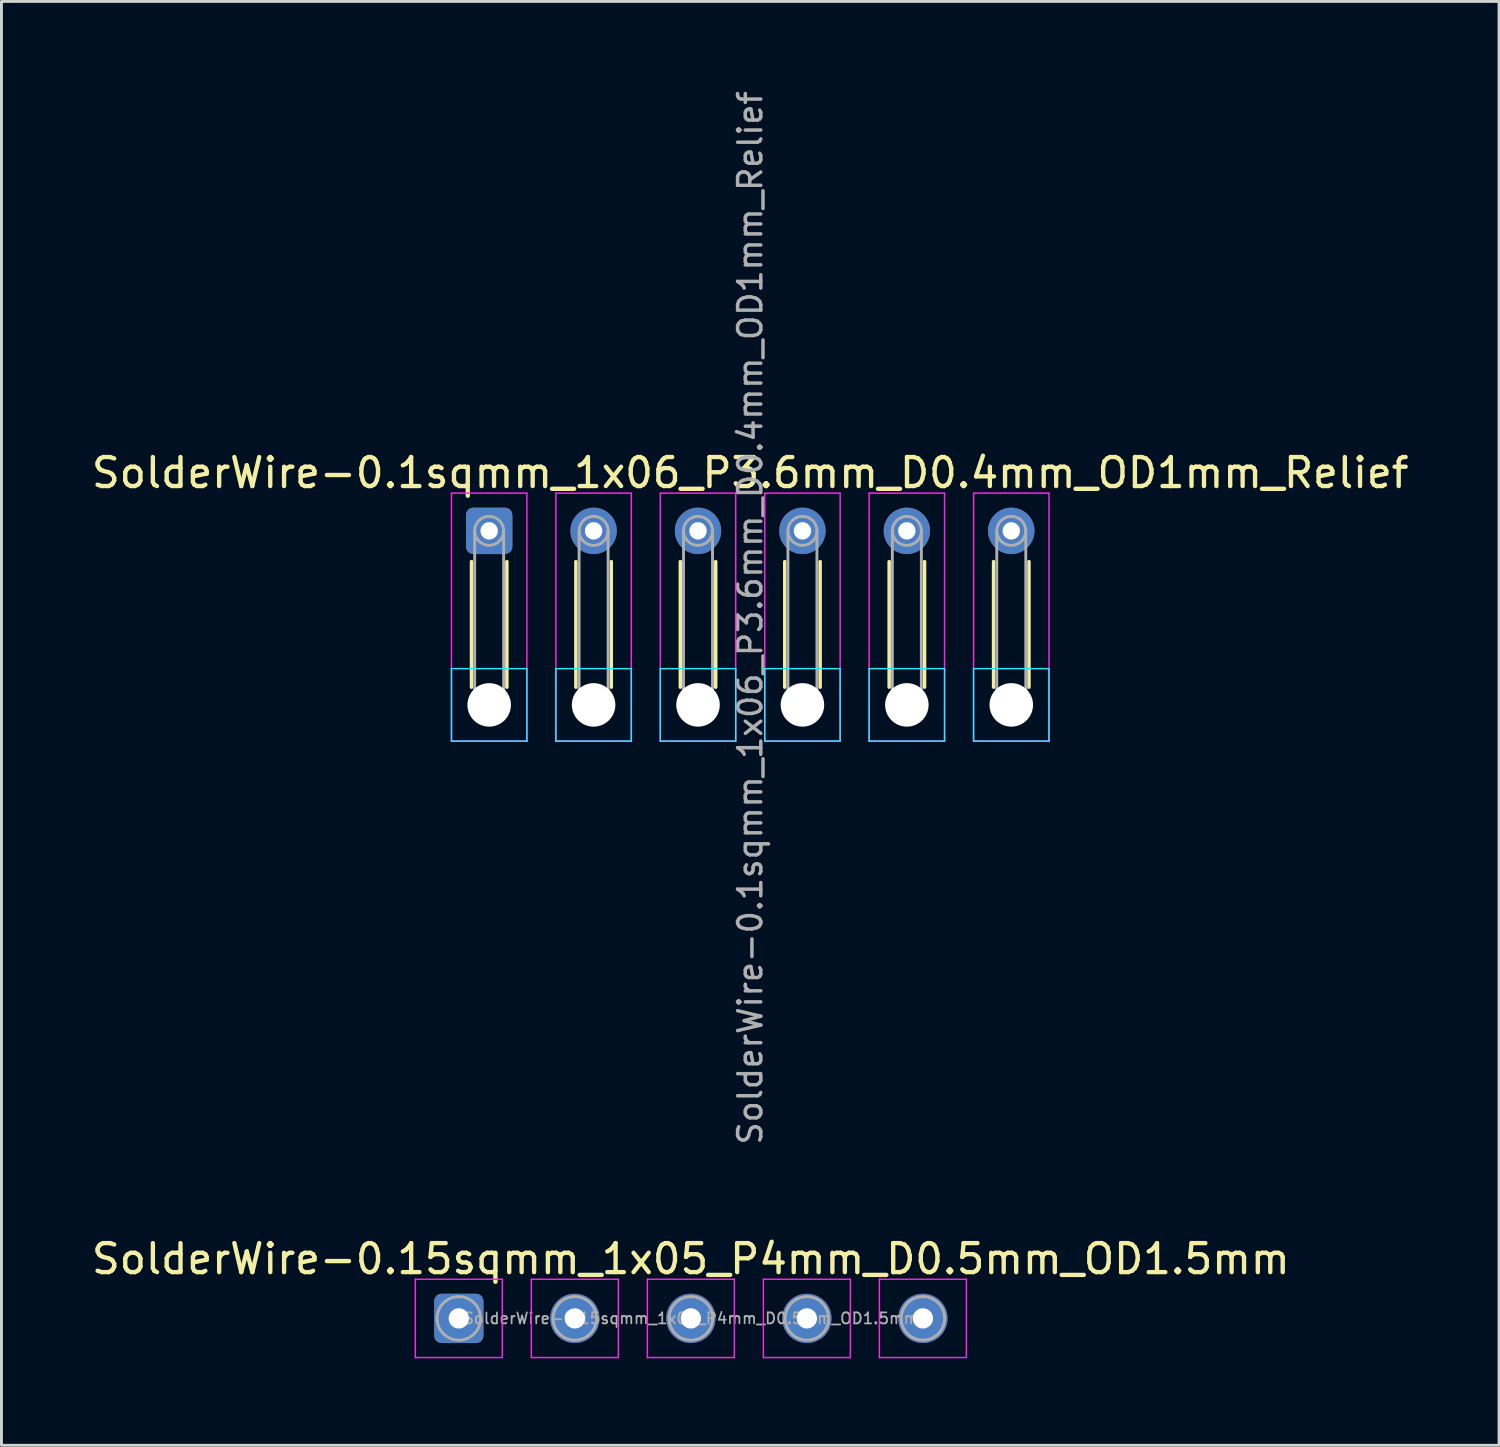
<source format=kicad_pcb>
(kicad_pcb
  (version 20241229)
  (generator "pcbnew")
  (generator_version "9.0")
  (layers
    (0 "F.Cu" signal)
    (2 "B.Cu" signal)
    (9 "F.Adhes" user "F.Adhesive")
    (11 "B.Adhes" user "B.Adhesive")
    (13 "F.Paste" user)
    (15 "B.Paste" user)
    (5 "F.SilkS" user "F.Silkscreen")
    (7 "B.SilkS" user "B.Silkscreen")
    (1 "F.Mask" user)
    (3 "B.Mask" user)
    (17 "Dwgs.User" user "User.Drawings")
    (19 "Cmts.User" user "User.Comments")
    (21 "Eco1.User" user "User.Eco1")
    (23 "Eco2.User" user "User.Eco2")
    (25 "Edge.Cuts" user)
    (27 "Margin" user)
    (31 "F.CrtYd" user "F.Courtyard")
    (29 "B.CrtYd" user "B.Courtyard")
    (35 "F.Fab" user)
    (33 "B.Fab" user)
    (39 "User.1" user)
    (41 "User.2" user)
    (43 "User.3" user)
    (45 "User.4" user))
  (footprint "SolderWire-0.1sqmm_1x06_P3.6mm_D0.4mm_OD1mm_Relief"
    (layer "F.Cu")
    (at 13.815 15.252)
    (property "Reference" "SolderWire-0.1sqmm_1x06_P3.6mm_D0.4mm_OD1mm_Relief" (at 9 -2 0) (layer "F.SilkS") (effects (font (size 1 1) (thickness 0.15))))
    (attr exclude_from_pos_files exclude_from_bom)
    (fp_line (start -0.61 1.06) (end -0.61 5.39) (stroke (width 0.12) (type solid)) (layer "F.SilkS"))
    (fp_line (start 0.61 1.06) (end 0.61 5.39) (stroke (width 0.12) (type solid)) (layer "F.SilkS"))
    (fp_line (start 2.99 1.06) (end 2.99 5.39) (stroke (width 0.12) (type solid)) (layer "F.SilkS"))
    (fp_line (start 4.21 1.06) (end 4.21 5.39) (stroke (width 0.12) (type solid)) (layer "F.SilkS"))
    (fp_line (start 6.59 1.06) (end 6.59 5.39) (stroke (width 0.12) (type solid)) (layer "F.SilkS"))
    (fp_line (start 7.81 1.06) (end 7.81 5.39) (stroke (width 0.12) (type solid)) (layer "F.SilkS"))
    (fp_line (start 10.19 1.06) (end 10.19 5.39) (stroke (width 0.12) (type solid)) (layer "F.SilkS"))
    (fp_line (start 11.41 1.06) (end 11.41 5.39) (stroke (width 0.12) (type solid)) (layer "F.SilkS"))
    (fp_line (start 13.79 1.06) (end 13.79 5.39) (stroke (width 0.12) (type solid)) (layer "F.SilkS"))
    (fp_line (start 15.01 1.06) (end 15.01 5.39) (stroke (width 0.12) (type solid)) (layer "F.SilkS"))
    (fp_line (start 17.39 1.06) (end 17.39 5.39) (stroke (width 0.12) (type solid)) (layer "F.SilkS"))
    (fp_line (start 18.61 1.06) (end 18.61 5.39) (stroke (width 0.12) (type solid)) (layer "F.SilkS"))
    (fp_line (start -1.3 4.75) (end -1.3 7.25) (stroke (width 0.05) (type solid)) (layer "B.CrtYd"))
    (fp_line (start -1.3 7.25) (end 1.3 7.25) (stroke (width 0.05) (type solid)) (layer "B.CrtYd"))
    (fp_line (start 1.3 4.75) (end -1.3 4.75) (stroke (width 0.05) (type solid)) (layer "B.CrtYd"))
    (fp_line (start 1.3 7.25) (end 1.3 4.75) (stroke (width 0.05) (type solid)) (layer "B.CrtYd"))
    (fp_line (start 2.3 4.75) (end 2.3 7.25) (stroke (width 0.05) (type solid)) (layer "B.CrtYd"))
    (fp_line (start 2.3 7.25) (end 4.9 7.25) (stroke (width 0.05) (type solid)) (layer "B.CrtYd"))
    (fp_line (start 4.9 4.75) (end 2.3 4.75) (stroke (width 0.05) (type solid)) (layer "B.CrtYd"))
    (fp_line (start 4.9 7.25) (end 4.9 4.75) (stroke (width 0.05) (type solid)) (layer "B.CrtYd"))
    (fp_line (start 5.9 4.75) (end 5.9 7.25) (stroke (width 0.05) (type solid)) (layer "B.CrtYd"))
    (fp_line (start 5.9 7.25) (end 8.5 7.25) (stroke (width 0.05) (type solid)) (layer "B.CrtYd"))
    (fp_line (start 8.5 4.75) (end 5.9 4.75) (stroke (width 0.05) (type solid)) (layer "B.CrtYd"))
    (fp_line (start 8.5 7.25) (end 8.5 4.75) (stroke (width 0.05) (type solid)) (layer "B.CrtYd"))
    (fp_line (start 9.5 4.75) (end 9.5 7.25) (stroke (width 0.05) (type solid)) (layer "B.CrtYd"))
    (fp_line (start 9.5 7.25) (end 12.1 7.25) (stroke (width 0.05) (type solid)) (layer "B.CrtYd"))
    (fp_line (start 12.1 4.75) (end 9.5 4.75) (stroke (width 0.05) (type solid)) (layer "B.CrtYd"))
    (fp_line (start 12.1 7.25) (end 12.1 4.75) (stroke (width 0.05) (type solid)) (layer "B.CrtYd"))
    (fp_line (start 13.1 4.75) (end 13.1 7.25) (stroke (width 0.05) (type solid)) (layer "B.CrtYd"))
    (fp_line (start 13.1 7.25) (end 15.7 7.25) (stroke (width 0.05) (type solid)) (layer "B.CrtYd"))
    (fp_line (start 15.7 4.75) (end 13.1 4.75) (stroke (width 0.05) (type solid)) (layer "B.CrtYd"))
    (fp_line (start 15.7 7.25) (end 15.7 4.75) (stroke (width 0.05) (type solid)) (layer "B.CrtYd"))
    (fp_line (start 16.7 4.75) (end 16.7 7.25) (stroke (width 0.05) (type solid)) (layer "B.CrtYd"))
    (fp_line (start 16.7 7.25) (end 19.3 7.25) (stroke (width 0.05) (type solid)) (layer "B.CrtYd"))
    (fp_line (start 19.3 4.75) (end 16.7 4.75) (stroke (width 0.05) (type solid)) (layer "B.CrtYd"))
    (fp_line (start 19.3 7.25) (end 19.3 4.75) (stroke (width 0.05) (type solid)) (layer "B.CrtYd"))
    (fp_line (start -1.3 -1.3) (end -1.3 7.25) (stroke (width 0.05) (type solid)) (layer "F.CrtYd"))
    (fp_line (start -1.3 7.25) (end 1.3 7.25) (stroke (width 0.05) (type solid)) (layer "F.CrtYd"))
    (fp_line (start 1.3 -1.3) (end -1.3 -1.3) (stroke (width 0.05) (type solid)) (layer "F.CrtYd"))
    (fp_line (start 1.3 7.25) (end 1.3 -1.3) (stroke (width 0.05) (type solid)) (layer "F.CrtYd"))
    (fp_line (start 2.3 -1.3) (end 2.3 7.25) (stroke (width 0.05) (type solid)) (layer "F.CrtYd"))
    (fp_line (start 2.3 7.25) (end 4.9 7.25) (stroke (width 0.05) (type solid)) (layer "F.CrtYd"))
    (fp_line (start 4.9 -1.3) (end 2.3 -1.3) (stroke (width 0.05) (type solid)) (layer "F.CrtYd"))
    (fp_line (start 4.9 7.25) (end 4.9 -1.3) (stroke (width 0.05) (type solid)) (layer "F.CrtYd"))
    (fp_line (start 5.9 -1.3) (end 5.9 7.25) (stroke (width 0.05) (type solid)) (layer "F.CrtYd"))
    (fp_line (start 5.9 7.25) (end 8.5 7.25) (stroke (width 0.05) (type solid)) (layer "F.CrtYd"))
    (fp_line (start 8.5 -1.3) (end 5.9 -1.3) (stroke (width 0.05) (type solid)) (layer "F.CrtYd"))
    (fp_line (start 8.5 7.25) (end 8.5 -1.3) (stroke (width 0.05) (type solid)) (layer "F.CrtYd"))
    (fp_line (start 9.5 -1.3) (end 9.5 7.25) (stroke (width 0.05) (type solid)) (layer "F.CrtYd"))
    (fp_line (start 9.5 7.25) (end 12.1 7.25) (stroke (width 0.05) (type solid)) (layer "F.CrtYd"))
    (fp_line (start 12.1 -1.3) (end 9.5 -1.3) (stroke (width 0.05) (type solid)) (layer "F.CrtYd"))
    (fp_line (start 12.1 7.25) (end 12.1 -1.3) (stroke (width 0.05) (type solid)) (layer "F.CrtYd"))
    (fp_line (start 13.1 -1.3) (end 13.1 7.25) (stroke (width 0.05) (type solid)) (layer "F.CrtYd"))
    (fp_line (start 13.1 7.25) (end 15.7 7.25) (stroke (width 0.05) (type solid)) (layer "F.CrtYd"))
    (fp_line (start 15.7 -1.3) (end 13.1 -1.3) (stroke (width 0.05) (type solid)) (layer "F.CrtYd"))
    (fp_line (start 15.7 7.25) (end 15.7 -1.3) (stroke (width 0.05) (type solid)) (layer "F.CrtYd"))
    (fp_line (start 16.7 -1.3) (end 16.7 7.25) (stroke (width 0.05) (type solid)) (layer "F.CrtYd"))
    (fp_line (start 16.7 7.25) (end 19.3 7.25) (stroke (width 0.05) (type solid)) (layer "F.CrtYd"))
    (fp_line (start 19.3 -1.3) (end 16.7 -1.3) (stroke (width 0.05) (type solid)) (layer "F.CrtYd"))
    (fp_line (start 19.3 7.25) (end 19.3 -1.3) (stroke (width 0.05) (type solid)) (layer "F.CrtYd"))
    (fp_line (start -0.5 0) (end -0.5 6) (stroke (width 0.1) (type solid)) (layer "F.Fab"))
    (fp_line (start 0.5 0) (end 0.5 6) (stroke (width 0.1) (type solid)) (layer "F.Fab"))
    (fp_line (start 3.1 0) (end 3.1 6) (stroke (width 0.1) (type solid)) (layer "F.Fab"))
    (fp_line (start 4.1 0) (end 4.1 6) (stroke (width 0.1) (type solid)) (layer "F.Fab"))
    (fp_line (start 6.7 0) (end 6.7 6) (stroke (width 0.1) (type solid)) (layer "F.Fab"))
    (fp_line (start 7.7 0) (end 7.7 6) (stroke (width 0.1) (type solid)) (layer "F.Fab"))
    (fp_line (start 10.3 0) (end 10.3 6) (stroke (width 0.1) (type solid)) (layer "F.Fab"))
    (fp_line (start 11.3 0) (end 11.3 6) (stroke (width 0.1) (type solid)) (layer "F.Fab"))
    (fp_line (start 13.9 0) (end 13.9 6) (stroke (width 0.1) (type solid)) (layer "F.Fab"))
    (fp_line (start 14.9 0) (end 14.9 6) (stroke (width 0.1) (type solid)) (layer "F.Fab"))
    (fp_line (start 17.5 0) (end 17.5 6) (stroke (width 0.1) (type solid)) (layer "F.Fab"))
    (fp_line (start 18.5 0) (end 18.5 6) (stroke (width 0.1) (type solid)) (layer "F.Fab"))
    (fp_circle (center 0 0) (end 0.5 0) (stroke (width 0.1) (type solid)) (fill no) (layer "F.Fab"))
    (fp_circle (center 0 6) (end 0.5 6) (stroke (width 0.1) (type solid)) (fill no) (layer "F.Fab"))
    (fp_circle (center 3.6 0) (end 4.1 0) (stroke (width 0.1) (type solid)) (fill no) (layer "F.Fab"))
    (fp_circle (center 3.6 6) (end 4.1 6) (stroke (width 0.1) (type solid)) (fill no) (layer "F.Fab"))
    (fp_circle (center 7.2 0) (end 7.7 0) (stroke (width 0.1) (type solid)) (fill no) (layer "F.Fab"))
    (fp_circle (center 7.2 6) (end 7.7 6) (stroke (width 0.1) (type solid)) (fill no) (layer "F.Fab"))
    (fp_circle (center 10.8 0) (end 11.3 0) (stroke (width 0.1) (type solid)) (fill no) (layer "F.Fab"))
    (fp_circle (center 10.8 6) (end 11.3 6) (stroke (width 0.1) (type solid)) (fill no) (layer "F.Fab"))
    (fp_circle (center 14.4 0) (end 14.9 0) (stroke (width 0.1) (type solid)) (fill no) (layer "F.Fab"))
    (fp_circle (center 14.4 6) (end 14.9 6) (stroke (width 0.1) (type solid)) (fill no) (layer "F.Fab"))
    (fp_circle (center 18 0) (end 18.5 0) (stroke (width 0.1) (type solid)) (fill no) (layer "F.Fab"))
    (fp_circle (center 18 6) (end 18.5 6) (stroke (width 0.1) (type solid)) (fill no) (layer "F.Fab"))
    (fp_text user "${REFERENCE}" (at 9 3 90) (layer "F.Fab") (effects (font (size 0.8 0.8) (thickness 0.12))))
    (pad "" np_thru_hole circle (at 0 6) (size 1.5 1.5) (drill 1.5) (layers "*.Cu" "*.Mask"))
    (pad "" np_thru_hole circle (at 3.6 6) (size 1.5 1.5) (drill 1.5) (layers "*.Cu" "*.Mask"))
    (pad "" np_thru_hole circle (at 7.2 6) (size 1.5 1.5) (drill 1.5) (layers "*.Cu" "*.Mask"))
    (pad "" np_thru_hole circle (at 10.8 6) (size 1.5 1.5) (drill 1.5) (layers "*.Cu" "*.Mask"))
    (pad "" np_thru_hole circle (at 14.4 6) (size 1.5 1.5) (drill 1.5) (layers "*.Cu" "*.Mask"))
    (pad "" np_thru_hole circle (at 18 6) (size 1.5 1.5) (drill 1.5) (layers "*.Cu" "*.Mask"))
    (pad "1" thru_hole roundrect (at 0 0) (size 1.6 1.6) (drill 0.6) (layers "*.Cu" "*.Mask") (roundrect_rratio 0.156))
    (pad "2" thru_hole circle (at 3.6 0) (size 1.6 1.6) (drill 0.6) (layers "*.Cu" "*.Mask"))
    (pad "3" thru_hole circle (at 7.2 0) (size 1.6 1.6) (drill 0.6) (layers "*.Cu" "*.Mask"))
    (pad "4" thru_hole circle (at 10.8 0) (size 1.6 1.6) (drill 0.6) (layers "*.Cu" "*.Mask"))
    (pad "5" thru_hole circle (at 14.4 0) (size 1.6 1.6) (drill 0.6) (layers "*.Cu" "*.Mask"))
    (pad "6" thru_hole circle (at 18 0) (size 1.6 1.6) (drill 0.6) (layers "*.Cu" "*.Mask")))
  (footprint "SolderWire-0.15sqmm_1x05_P4mm_D0.5mm_OD1.5mm"
    (layer "F.Cu")
    (at 12.768 42.403)
    (property "Reference" "SolderWire-0.15sqmm_1x05_P4mm_D0.5mm_OD1.5mm" (at 8 -2.05 0) (layer "F.SilkS") (effects (font (size 1 1) (thickness 0.15))))
    (attr exclude_from_pos_files exclude_from_bom)
    (fp_line (start -1.5 -1.35) (end -1.5 1.35) (stroke (width 0.05) (type solid)) (layer "F.CrtYd"))
    (fp_line (start -1.5 1.35) (end 1.5 1.35) (stroke (width 0.05) (type solid)) (layer "F.CrtYd"))
    (fp_line (start 1.5 -1.35) (end -1.5 -1.35) (stroke (width 0.05) (type solid)) (layer "F.CrtYd"))
    (fp_line (start 1.5 1.35) (end 1.5 -1.35) (stroke (width 0.05) (type solid)) (layer "F.CrtYd"))
    (fp_line (start 2.5 -1.35) (end 2.5 1.35) (stroke (width 0.05) (type solid)) (layer "F.CrtYd"))
    (fp_line (start 2.5 1.35) (end 5.5 1.35) (stroke (width 0.05) (type solid)) (layer "F.CrtYd"))
    (fp_line (start 5.5 -1.35) (end 2.5 -1.35) (stroke (width 0.05) (type solid)) (layer "F.CrtYd"))
    (fp_line (start 5.5 1.35) (end 5.5 -1.35) (stroke (width 0.05) (type solid)) (layer "F.CrtYd"))
    (fp_line (start 6.5 -1.35) (end 6.5 1.35) (stroke (width 0.05) (type solid)) (layer "F.CrtYd"))
    (fp_line (start 6.5 1.35) (end 9.5 1.35) (stroke (width 0.05) (type solid)) (layer "F.CrtYd"))
    (fp_line (start 9.5 -1.35) (end 6.5 -1.35) (stroke (width 0.05) (type solid)) (layer "F.CrtYd"))
    (fp_line (start 9.5 1.35) (end 9.5 -1.35) (stroke (width 0.05) (type solid)) (layer "F.CrtYd"))
    (fp_line (start 10.5 -1.35) (end 10.5 1.35) (stroke (width 0.05) (type solid)) (layer "F.CrtYd"))
    (fp_line (start 10.5 1.35) (end 13.5 1.35) (stroke (width 0.05) (type solid)) (layer "F.CrtYd"))
    (fp_line (start 13.5 -1.35) (end 10.5 -1.35) (stroke (width 0.05) (type solid)) (layer "F.CrtYd"))
    (fp_line (start 13.5 1.35) (end 13.5 -1.35) (stroke (width 0.05) (type solid)) (layer "F.CrtYd"))
    (fp_line (start 14.5 -1.35) (end 14.5 1.35) (stroke (width 0.05) (type solid)) (layer "F.CrtYd"))
    (fp_line (start 14.5 1.35) (end 17.5 1.35) (stroke (width 0.05) (type solid)) (layer "F.CrtYd"))
    (fp_line (start 17.5 -1.35) (end 14.5 -1.35) (stroke (width 0.05) (type solid)) (layer "F.CrtYd"))
    (fp_line (start 17.5 1.35) (end 17.5 -1.35) (stroke (width 0.05) (type solid)) (layer "F.CrtYd"))
    (fp_circle (center 0 0) (end 0.75 0) (stroke (width 0.1) (type solid)) (fill no) (layer "F.Fab"))
    (fp_circle (center 4 0) (end 4.75 0) (stroke (width 0.1) (type solid)) (fill no) (layer "F.Fab"))
    (fp_circle (center 8 0) (end 8.75 0) (stroke (width 0.1) (type solid)) (fill no) (layer "F.Fab"))
    (fp_circle (center 12 0) (end 12.75 0) (stroke (width 0.1) (type solid)) (fill no) (layer "F.Fab"))
    (fp_circle (center 16 0) (end 16.75 0) (stroke (width 0.1) (type solid)) (fill no) (layer "F.Fab"))
    (fp_text user "${REFERENCE}" (at 8 0 0) (layer "F.Fab") (effects (font (size 0.38 0.38) (thickness 0.06))))
    (pad "1" thru_hole roundrect (at 0 0) (size 1.7 1.7) (drill 0.7) (layers "*.Cu" "*.Mask") (roundrect_rratio 0.147))
    (pad "2" thru_hole circle (at 4 0) (size 1.7 1.7) (drill 0.7) (layers "*.Cu" "*.Mask"))
    (pad "3" thru_hole circle (at 8 0) (size 1.7 1.7) (drill 0.7) (layers "*.Cu" "*.Mask"))
    (pad "4" thru_hole circle (at 12 0) (size 1.7 1.7) (drill 0.7) (layers "*.Cu" "*.Mask"))
    (pad "5" thru_hole circle (at 16 0) (size 1.7 1.7) (drill 0.7) (layers "*.Cu" "*.Mask")))
  (gr_rect
    (start -3 -3)
    (end 48.631 46.778)
    (stroke (width 0.1) (type default))
    (fill no)
    (layer "Edge.Cuts")))
</source>
